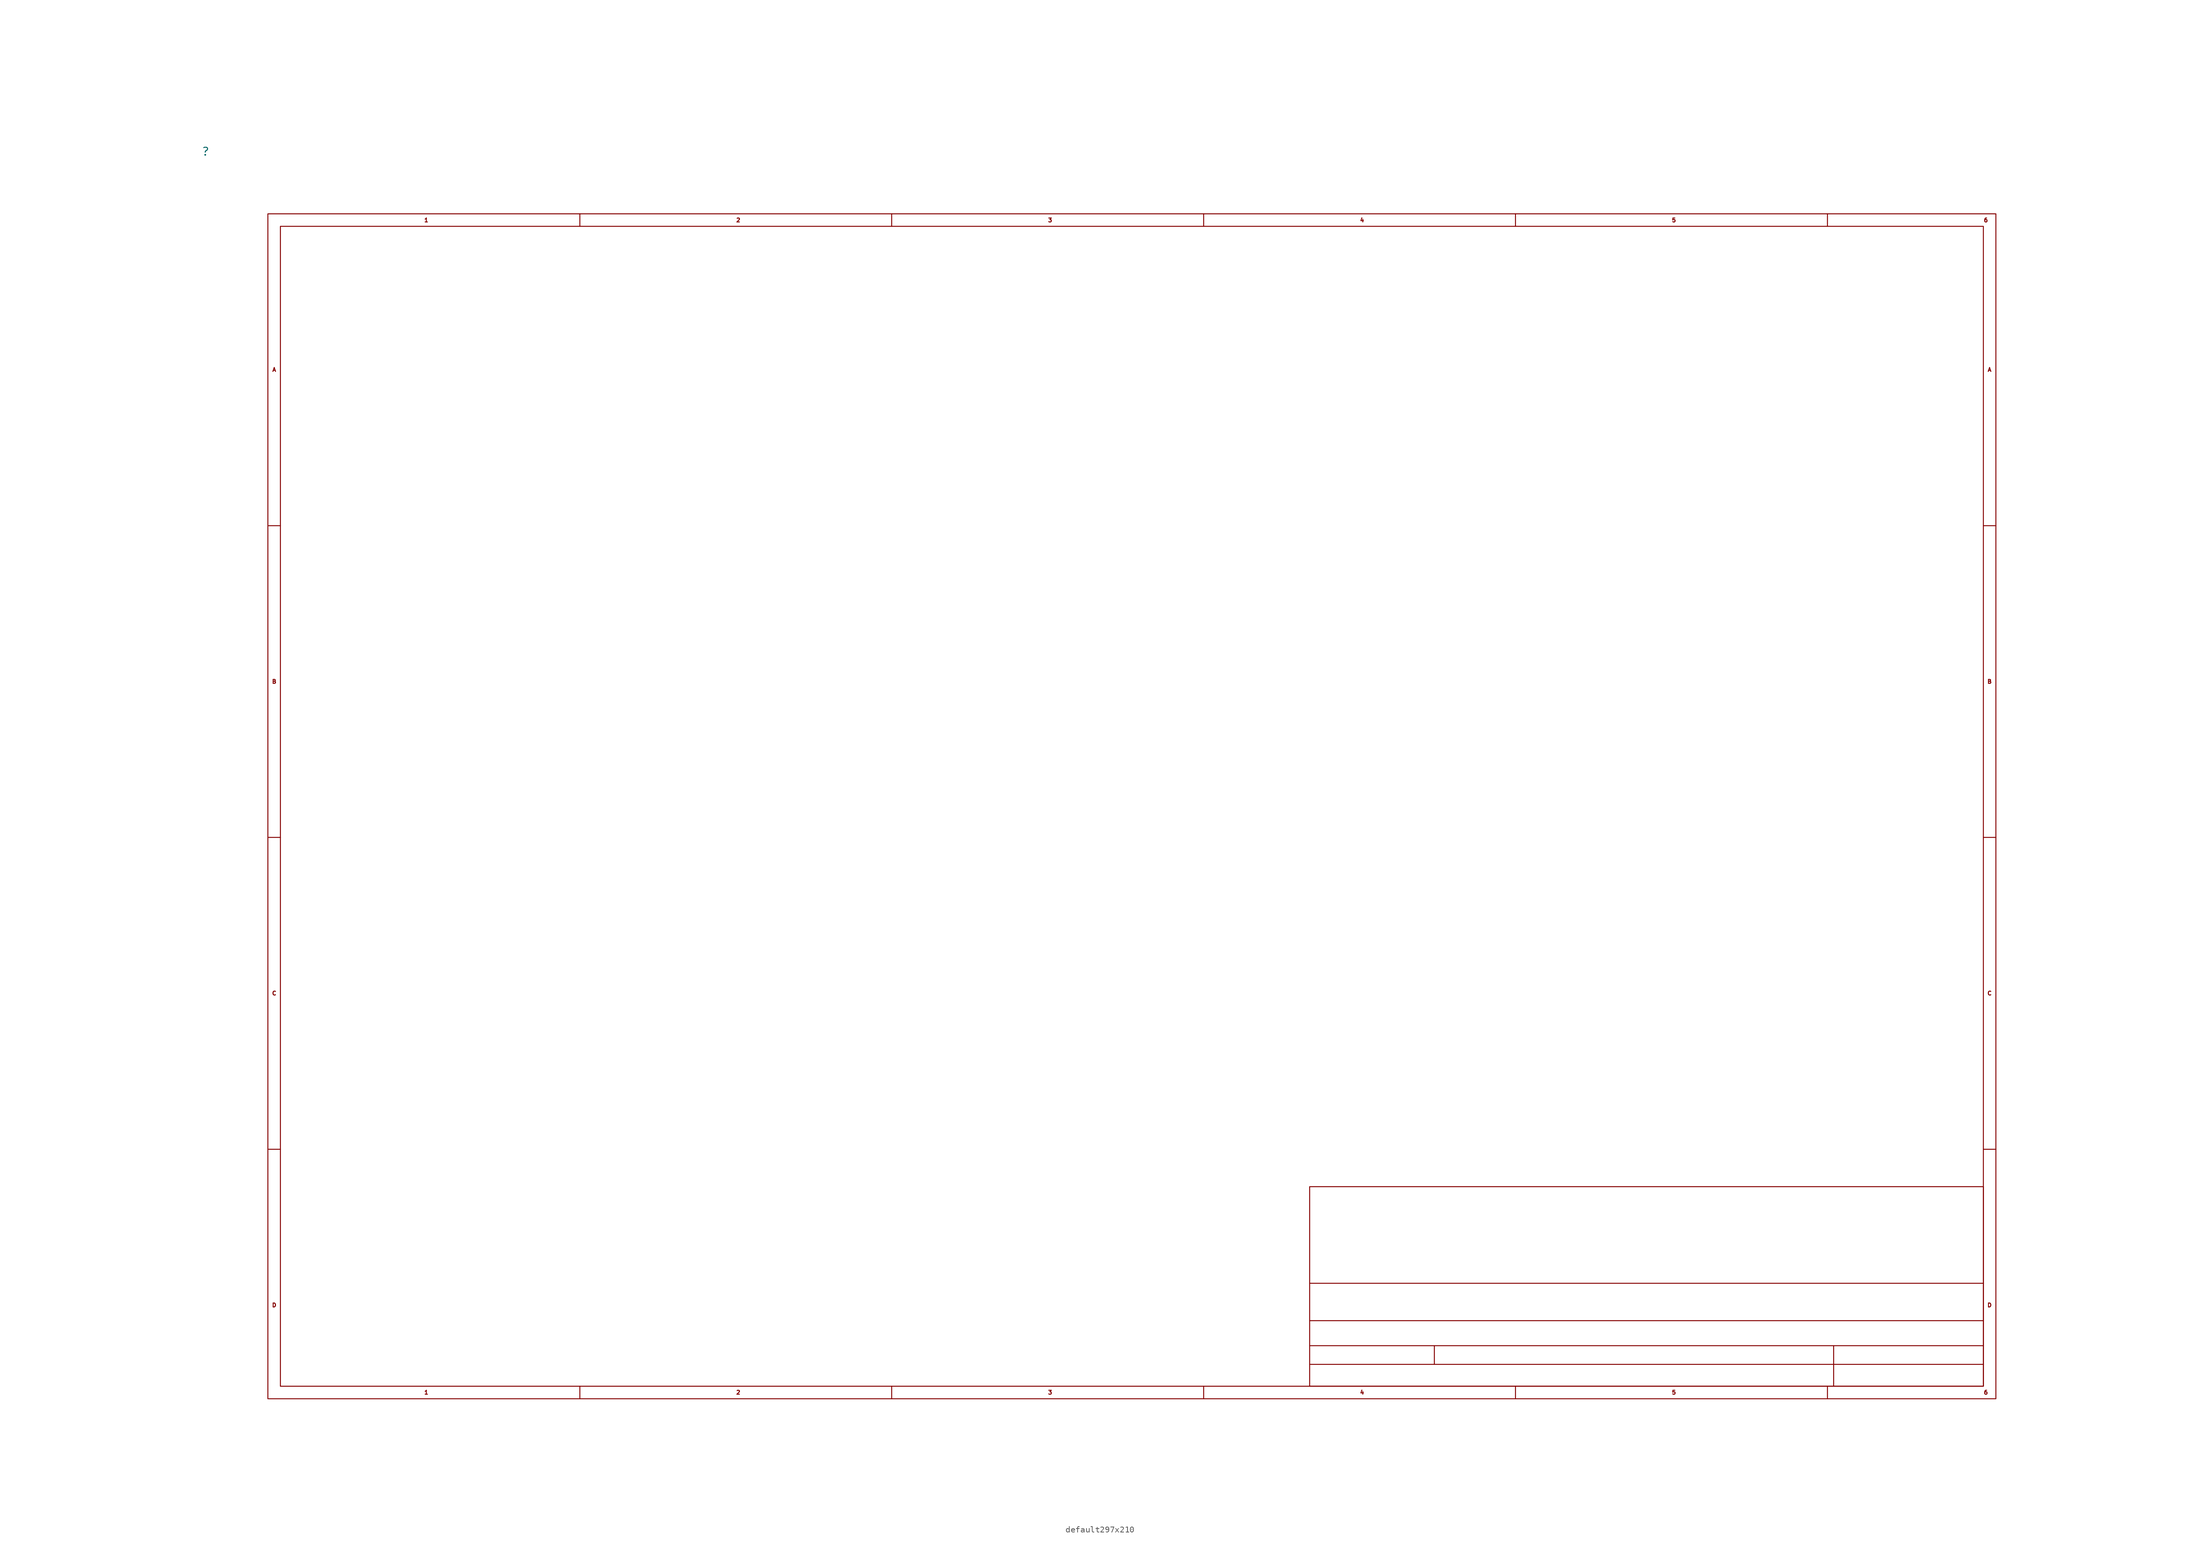
<source format=kicad_sym>
(kicad_symbol_lib
  (version 20241209)
  (generator "kicad_symbol_editor")
  (generator_version "9.0")
  (symbol "default297x210"
    (property "Reference" ""
      (at 0 0 0)
      (effects (font (size 1.27 1.27))))
    (property "Value" ""
      (at 0 0 0)
      (effects (font (size 1.27 1.27))))
    (symbol "default297x210_1_0"
      (rectangle (start 9.982 -9.982) (end 286.995 -200) (stroke (width 0) (type default)) (fill (type none)))
      (polyline (pts (xy 9.982 -59.995) (xy 11.989 -59.995)) (stroke (width 0) (type default)) (fill (type none)))
      (polyline (pts (xy 9.982 -109.982) (xy 11.989 -109.982)) (stroke (width 0) (type default)) (fill (type none)))
      (polyline (pts (xy 9.982 -159.995) (xy 11.989 -159.995)) (stroke (width 0) (type default)) (fill (type none)))
      (rectangle (start 11.989 -11.989) (end 284.988 -197.993) (stroke (width 0) (type default)) (fill (type none)))
      (polyline (pts (xy 59.995 -11.989) (xy 59.995 -9.982)) (stroke (width 0) (type default)) (fill (type none)))
      (polyline (pts (xy 59.995 -197.993) (xy 59.995 -200)) (stroke (width 0) (type default)) (fill (type none)))
      (polyline (pts (xy 109.982 -11.989) (xy 109.982 -9.982)) (stroke (width 0) (type default)) (fill (type none)))
      (polyline (pts (xy 109.982 -197.993) (xy 109.982 -200)) (stroke (width 0) (type default)) (fill (type none)))
      (polyline (pts (xy 159.995 -11.989) (xy 159.995 -9.982)) (stroke (width 0) (type default)) (fill (type none)))
      (polyline (pts (xy 159.995 -197.993) (xy 159.995 -200)) (stroke (width 0) (type default)) (fill (type none)))
      (rectangle (start 176.987 -165.989) (end 284.988 -197.993) (stroke (width 0) (type default)) (fill (type none)))
      (polyline (pts (xy 176.987 -181.483) (xy 284.988 -181.483)) (stroke (width 0) (type default)) (fill (type none)))
      (polyline (pts (xy 176.987 -187.477) (xy 284.988 -187.477)) (stroke (width 0) (type default)) (fill (type none)))
      (polyline (pts (xy 176.987 -191.491) (xy 284.988 -191.491)) (stroke (width 0) (type default)) (fill (type none)))
      (polyline (pts (xy 176.987 -194.488) (xy 284.988 -194.488)) (stroke (width 0) (type default)) (fill (type none)))
      (polyline (pts (xy 196.977 -191.491) (xy 196.977 -194.488)) (stroke (width 0) (type default)) (fill (type none)))
      (polyline (pts (xy 209.982 -11.989) (xy 209.982 -9.982)) (stroke (width 0) (type default)) (fill (type none)))
      (polyline (pts (xy 209.982 -197.993) (xy 209.982 -200)) (stroke (width 0) (type default)) (fill (type none)))
      (polyline (pts (xy 259.994 -11.989) (xy 259.994 -9.982)) (stroke (width 0) (type default)) (fill (type none)))
      (polyline (pts (xy 259.994 -197.993) (xy 259.994 -200)) (stroke (width 0) (type default)) (fill (type none)))
      (polyline (pts (xy 260.985 -191.491) (xy 260.985 -197.993)) (stroke (width 0) (type default)) (fill (type none)))
      (polyline (pts (xy 286.995 -59.995) (xy 284.988 -59.995)) (stroke (width 0) (type default)) (fill (type none)))
      (polyline (pts (xy 286.995 -109.982) (xy 284.988 -109.982)) (stroke (width 0) (type default)) (fill (type none)))
      (polyline (pts (xy 286.995 -159.995) (xy 284.988 -159.995)) (stroke (width 0) (type default)) (fill (type none)))
      (text "A" (at 10.998 -34.976 0) (effects (font (size 0.635 0.635))))
      (text "B" (at 10.998 -84.988 0) (effects (font (size 0.635 0.635))))
      (text "C" (at 10.998 -134.976 0) (effects (font (size 0.635 0.635))))
      (text "D" (at 10.998 -184.988 0) (effects (font (size 0.635 0.635))))
      (text "1" (at 34.976 -10.998 0) (effects (font (size 0.635 0.635)) (justify left)))
      (text "1" (at 34.976 -198.984 0) (effects (font (size 0.635 0.635)) (justify left)))
      (text "2" (at 84.988 -10.998 0) (effects (font (size 0.635 0.635)) (justify left)))
      (text "2" (at 84.988 -198.984 0) (effects (font (size 0.635 0.635)) (justify left)))
      (text "3" (at 134.976 -10.998 0) (effects (font (size 0.635 0.635)) (justify left)))
      (text "3" (at 134.976 -198.984 0) (effects (font (size 0.635 0.635)) (justify left)))
      (text "4" (at 184.988 -10.998 0) (effects (font (size 0.635 0.635)) (justify left)))
      (text "4" (at 184.988 -198.984 0) (effects (font (size 0.635 0.635)) (justify left)))
      (text "5" (at 234.975 -10.998 0) (effects (font (size 0.635 0.635)) (justify left)))
      (text "5" (at 234.975 -198.984 0) (effects (font (size 0.635 0.635)) (justify left)))
      (text "6" (at 284.988 -10.998 0) (effects (font (size 0.635 0.635)) (justify left)))
      (text "6" (at 284.988 -198.984 0) (effects (font (size 0.635 0.635)) (justify left)))
      (text "A" (at 285.979 -34.976 0) (effects (font (size 0.635 0.635))))
      (text "B" (at 285.979 -84.988 0) (effects (font (size 0.635 0.635))))
      (text "C" (at 285.979 -134.976 0) (effects (font (size 0.635 0.635))))
      (text "D" (at 285.979 -184.988 0) (effects (font (size 0.635 0.635)))))))
</source>
